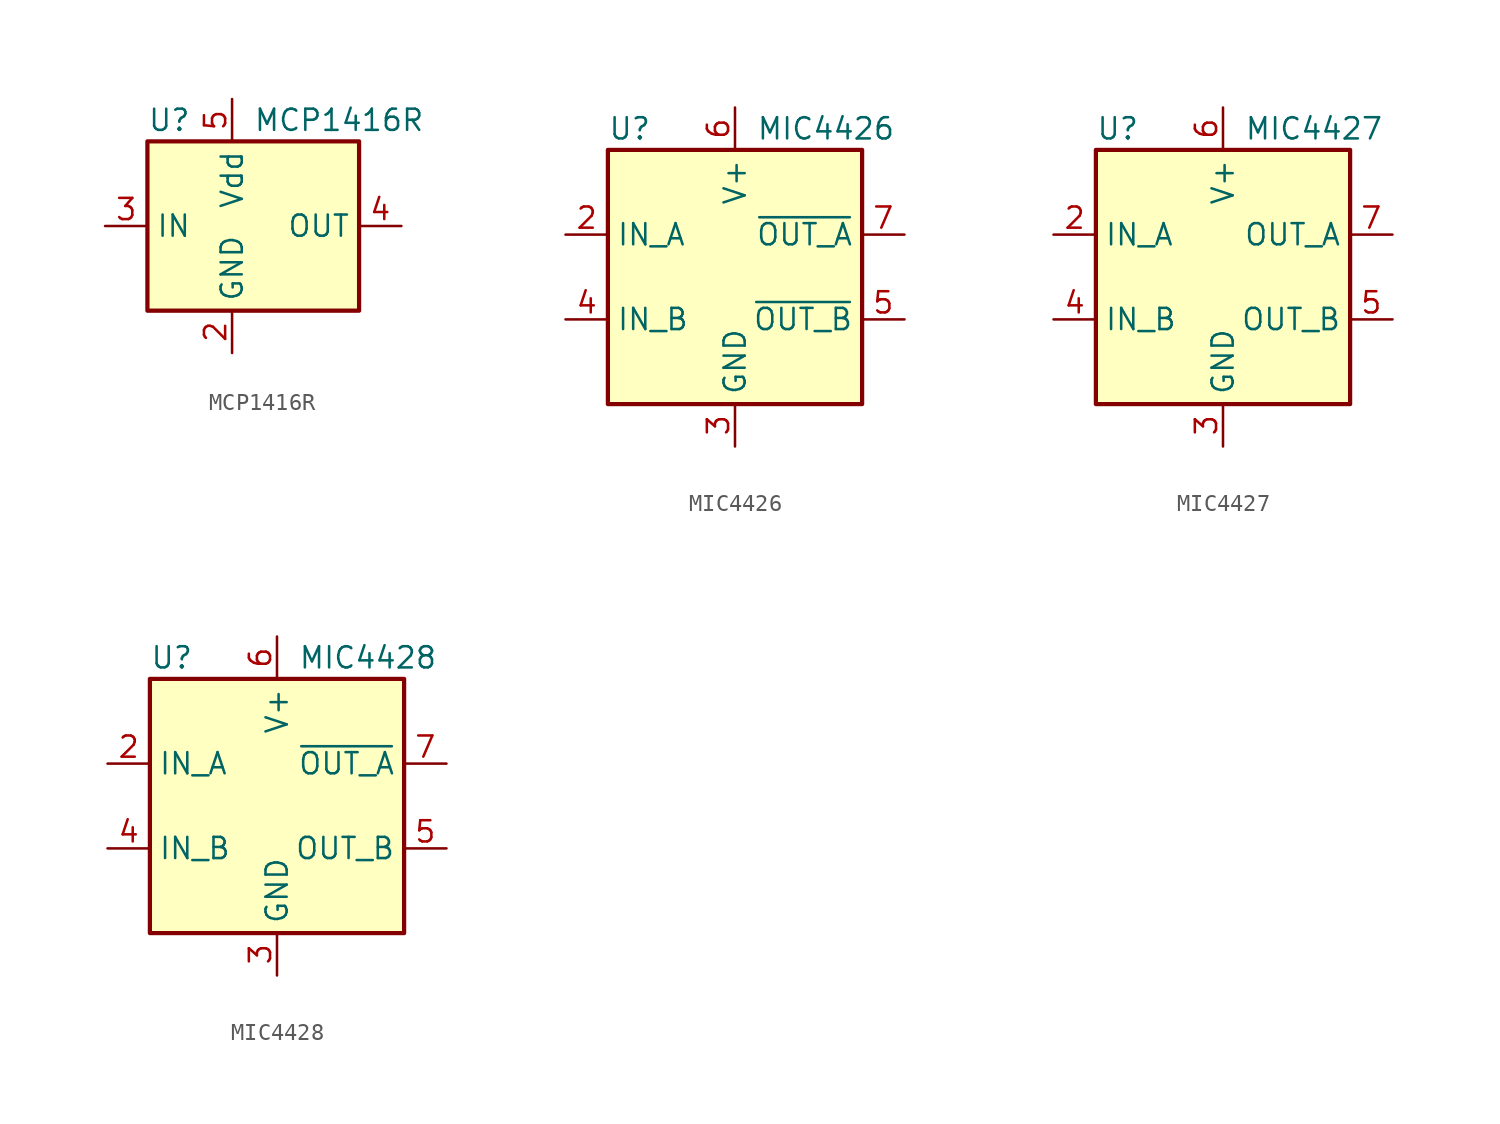
<source format=kicad_sym>
(kicad_symbol_lib
  (version 20200908)
  (generator kicad_symbol_editor)
  (symbol "Driver_FET:MCP1416R"
    (property "Reference" "U"
      (at -5.08 6.35 0)
      (effects (font (size 1.27 1.27)) (justify left)))
    (property "Value" "MCP1416R"
      (at 1.27 6.35 0)
      (effects (font (size 1.27 1.27)) (justify left)))
    (symbol "MCP1416R_0_1"
      (rectangle (start -5.08 5.08) (end 7.62 -5.08) (stroke (width 0.254)) (fill (type background))))
    (symbol "MCP1416R_1_1"
      (pin unconnected line (at 7.62 -2.54 180) (length 2.54) hide (name "NC" (effects (font (size 1.27 1.27)))) (number "1" (effects (font (size 1.27 1.27)))))
      (pin power_in line (at 0 -7.62 90) (length 2.54) (name "GND" (effects (font (size 1.27 1.27)))) (number "2" (effects (font (size 1.27 1.27)))))
      (pin input line (at -7.62 0 0) (length 2.54) (name "IN" (effects (font (size 1.27 1.27)))) (number "3" (effects (font (size 1.27 1.27)))))
      (pin output line (at 10.16 0 180) (length 2.54) (name "OUT" (effects (font (size 1.27 1.27)))) (number "4" (effects (font (size 1.27 1.27)))))
      (pin power_in line (at 0 7.62 270) (length 2.54) (name "Vdd" (effects (font (size 1.27 1.27)))) (number "5" (effects (font (size 1.27 1.27)))))))
  (symbol "Driver_FET:MIC4426"
    (property "Reference" "U"
      (at -7.62 8.89 0)
      (effects (font (size 1.27 1.27)) (justify left)))
    (property "Value" "MIC4426"
      (at 1.27 8.89 0)
      (effects (font (size 1.27 1.27)) (justify left)))
    (symbol "MIC4426_0_1"
      (rectangle (start -7.62 -7.62) (end 7.62 7.62) (stroke (width 0.254)) (fill (type background))))
    (symbol "MIC4426_1_1"
      (pin unconnected line (at -7.62 0 0) (length 2.54) hide (name "NC" (effects (font (size 1.27 1.27)))) (number "1" (effects (font (size 1.27 1.27)))))
      (pin input line (at -10.16 2.54 0) (length 2.54) (name "IN_A" (effects (font (size 1.27 1.27)))) (number "2" (effects (font (size 1.27 1.27)))))
      (pin power_in line (at 0 -10.16 90) (length 2.54) (name "GND" (effects (font (size 1.27 1.27)))) (number "3" (effects (font (size 1.27 1.27)))))
      (pin input line (at -10.16 -2.54 0) (length 2.54) (name "IN_B" (effects (font (size 1.27 1.27)))) (number "4" (effects (font (size 1.27 1.27)))))
      (pin output line (at 10.16 -2.54 180) (length 2.54) (name "~OUT_B" (effects (font (size 1.27 1.27)))) (number "5" (effects (font (size 1.27 1.27)))))
      (pin power_in line (at 0 10.16 270) (length 2.54) (name "V+" (effects (font (size 1.27 1.27)))) (number "6" (effects (font (size 1.27 1.27)))))
      (pin output line (at 10.16 2.54 180) (length 2.54) (name "~OUT_A" (effects (font (size 1.27 1.27)))) (number "7" (effects (font (size 1.27 1.27)))))
      (pin unconnected line (at 7.62 0 180) (length 2.54) hide (name "NC" (effects (font (size 1.27 1.27)))) (number "8" (effects (font (size 1.27 1.27)))))))
  (symbol "Driver_FET:MIC4427"
    (property "Reference" "U"
      (at -7.62 8.89 0)
      (effects (font (size 1.27 1.27)) (justify left)))
    (property "Value" "MIC4427"
      (at 1.27 8.89 0)
      (effects (font (size 1.27 1.27)) (justify left)))
    (symbol "MIC4427_0_1"
      (rectangle (start -7.62 -7.62) (end 7.62 7.62) (stroke (width 0.254)) (fill (type background))))
    (symbol "MIC4427_1_1"
      (pin unconnected line (at -7.62 0 0) (length 2.54) hide (name "NC" (effects (font (size 1.27 1.27)))) (number "1" (effects (font (size 1.27 1.27)))))
      (pin input line (at -10.16 2.54 0) (length 2.54) (name "IN_A" (effects (font (size 1.27 1.27)))) (number "2" (effects (font (size 1.27 1.27)))))
      (pin power_in line (at 0 -10.16 90) (length 2.54) (name "GND" (effects (font (size 1.27 1.27)))) (number "3" (effects (font (size 1.27 1.27)))))
      (pin input line (at -10.16 -2.54 0) (length 2.54) (name "IN_B" (effects (font (size 1.27 1.27)))) (number "4" (effects (font (size 1.27 1.27)))))
      (pin output line (at 10.16 -2.54 180) (length 2.54) (name "OUT_B" (effects (font (size 1.27 1.27)))) (number "5" (effects (font (size 1.27 1.27)))))
      (pin power_in line (at 0 10.16 270) (length 2.54) (name "V+" (effects (font (size 1.27 1.27)))) (number "6" (effects (font (size 1.27 1.27)))))
      (pin output line (at 10.16 2.54 180) (length 2.54) (name "OUT_A" (effects (font (size 1.27 1.27)))) (number "7" (effects (font (size 1.27 1.27)))))
      (pin unconnected line (at 7.62 0 180) (length 2.54) hide (name "NC" (effects (font (size 1.27 1.27)))) (number "8" (effects (font (size 1.27 1.27)))))))
  (symbol "Driver_FET:MIC4428"
    (property "Reference" "U"
      (at -7.62 8.89 0)
      (effects (font (size 1.27 1.27)) (justify left)))
    (property "Value" "MIC4428"
      (at 1.27 8.89 0)
      (effects (font (size 1.27 1.27)) (justify left)))
    (symbol "MIC4428_0_1"
      (rectangle (start -7.62 -7.62) (end 7.62 7.62) (stroke (width 0.254)) (fill (type background))))
    (symbol "MIC4428_1_1"
      (pin unconnected line (at -7.62 0 0) (length 2.54) hide (name "NC" (effects (font (size 1.27 1.27)))) (number "1" (effects (font (size 1.27 1.27)))))
      (pin input line (at -10.16 2.54 0) (length 2.54) (name "IN_A" (effects (font (size 1.27 1.27)))) (number "2" (effects (font (size 1.27 1.27)))))
      (pin power_in line (at 0 -10.16 90) (length 2.54) (name "GND" (effects (font (size 1.27 1.27)))) (number "3" (effects (font (size 1.27 1.27)))))
      (pin input line (at -10.16 -2.54 0) (length 2.54) (name "IN_B" (effects (font (size 1.27 1.27)))) (number "4" (effects (font (size 1.27 1.27)))))
      (pin output line (at 10.16 -2.54 180) (length 2.54) (name "OUT_B" (effects (font (size 1.27 1.27)))) (number "5" (effects (font (size 1.27 1.27)))))
      (pin power_in line (at 0 10.16 270) (length 2.54) (name "V+" (effects (font (size 1.27 1.27)))) (number "6" (effects (font (size 1.27 1.27)))))
      (pin output line (at 10.16 2.54 180) (length 2.54) (name "~OUT_A" (effects (font (size 1.27 1.27)))) (number "7" (effects (font (size 1.27 1.27)))))
      (pin unconnected line (at 7.62 0 180) (length 2.54) hide (name "NC" (effects (font (size 1.27 1.27)))) (number "8" (effects (font (size 1.27 1.27))))))))
</source>
